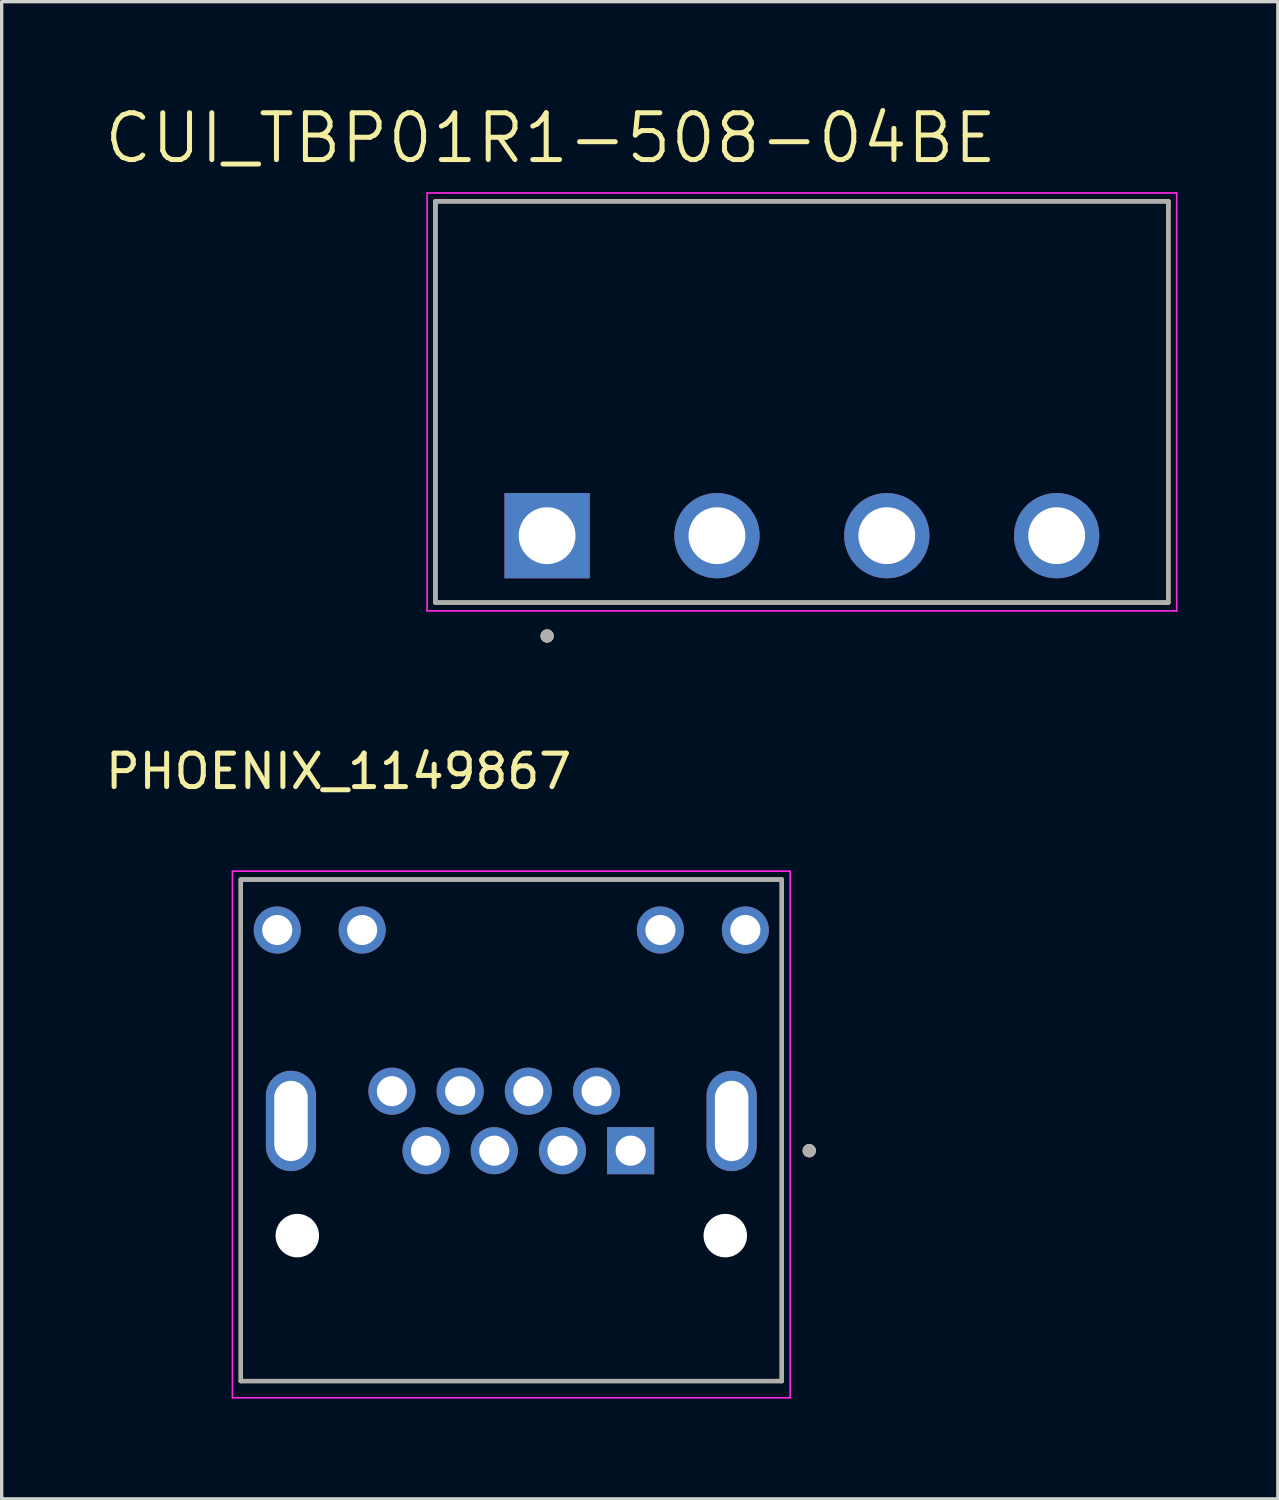
<source format=kicad_pcb>
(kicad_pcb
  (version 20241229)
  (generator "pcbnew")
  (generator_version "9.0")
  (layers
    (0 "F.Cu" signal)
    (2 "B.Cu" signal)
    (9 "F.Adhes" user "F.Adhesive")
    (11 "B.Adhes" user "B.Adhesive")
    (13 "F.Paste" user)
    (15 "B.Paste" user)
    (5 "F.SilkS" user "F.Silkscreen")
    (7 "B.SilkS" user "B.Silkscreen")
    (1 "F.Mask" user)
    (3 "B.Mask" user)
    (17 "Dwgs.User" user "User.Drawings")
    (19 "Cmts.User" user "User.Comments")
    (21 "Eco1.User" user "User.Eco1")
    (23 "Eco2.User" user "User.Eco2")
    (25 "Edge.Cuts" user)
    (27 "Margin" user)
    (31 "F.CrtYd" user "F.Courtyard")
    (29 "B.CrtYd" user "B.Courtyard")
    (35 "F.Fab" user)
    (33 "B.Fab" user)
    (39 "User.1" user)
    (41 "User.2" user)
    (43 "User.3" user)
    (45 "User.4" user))
  (footprint "PHOENIX_1149867"
    (layer "F.Cu")
    (at 4.152 38.255)
    (property "Reference" "PHOENIX_1149867" (at 2.925 -18.235 0) (layer "F.SilkS") (effects (font (size 1 1) (thickness 0.15))))
    (attr through_hole)
    (fp_line (start 0 -15) (end 16.18 -15) (stroke (width 0.127) (type solid)) (layer "F.SilkS"))
    (fp_line (start 0 0) (end 0 -15) (stroke (width 0.127) (type solid)) (layer "F.SilkS"))
    (fp_line (start 16.18 -15) (end 16.18 0) (stroke (width 0.127) (type solid)) (layer "F.SilkS"))
    (fp_line (start 16.18 0) (end 0 0) (stroke (width 0.127) (type solid)) (layer "F.SilkS"))
    (fp_circle (center 17 -6.89) (end 17.1 -6.89) (stroke (width 0.2) (type solid)) (fill no) (layer "F.SilkS"))
    (fp_line (start -0.25 -15.25) (end -0.25 0.5) (stroke (width 0.05) (type solid)) (layer "F.CrtYd"))
    (fp_line (start -0.25 0.5) (end 16.43 0.5) (stroke (width 0.05) (type solid)) (layer "F.CrtYd"))
    (fp_line (start 16.43 -15.25) (end -0.25 -15.25) (stroke (width 0.05) (type solid)) (layer "F.CrtYd"))
    (fp_line (start 16.43 0.5) (end 16.43 -15.25) (stroke (width 0.05) (type solid)) (layer "F.CrtYd"))
    (fp_line (start 0 -15) (end 16.18 -15) (stroke (width 0.127) (type solid)) (layer "F.Fab"))
    (fp_line (start 0 0) (end 0 -15) (stroke (width 0.127) (type solid)) (layer "F.Fab"))
    (fp_line (start 16.18 -15) (end 16.18 0) (stroke (width 0.127) (type solid)) (layer "F.Fab"))
    (fp_line (start 16.18 0) (end 0 0) (stroke (width 0.127) (type solid)) (layer "F.Fab"))
    (fp_circle (center 17 -6.89) (end 17.1 -6.89) (stroke (width 0.2) (type solid)) (fill no) (layer "F.Fab"))
    (pad "" np_thru_hole circle (at 1.69 -4.35) (size 1.3 1.3) (drill 1.3) (layers "*.Cu" "*.Mask"))
    (pad "" np_thru_hole circle (at 14.49 -4.35) (size 1.3 1.3) (drill 1.3) (layers "*.Cu" "*.Mask"))
    (pad "1" thru_hole rect (at 11.66 -6.89) (size 1.408 1.408) (drill 0.9) (layers "*.Cu" "*.Mask"))
    (pad "2" thru_hole circle (at 10.64 -8.67) (size 1.408 1.408) (drill 0.9) (layers "*.Cu" "*.Mask"))
    (pad "3" thru_hole circle (at 9.62 -6.89) (size 1.408 1.408) (drill 0.9) (layers "*.Cu" "*.Mask"))
    (pad "4" thru_hole circle (at 8.6 -8.67) (size 1.408 1.408) (drill 0.9) (layers "*.Cu" "*.Mask"))
    (pad "5" thru_hole circle (at 7.58 -6.89) (size 1.408 1.408) (drill 0.9) (layers "*.Cu" "*.Mask"))
    (pad "6" thru_hole circle (at 6.56 -8.67) (size 1.408 1.408) (drill 0.9) (layers "*.Cu" "*.Mask"))
    (pad "7" thru_hole circle (at 5.54 -6.89) (size 1.408 1.408) (drill 0.9) (layers "*.Cu" "*.Mask"))
    (pad "8" thru_hole circle (at 4.52 -8.67) (size 1.408 1.408) (drill 0.9) (layers "*.Cu" "*.Mask"))
    (pad "9" thru_hole circle (at 15.09 -13.49) (size 1.408 1.408) (drill 0.9) (layers "*.Cu" "*.Mask"))
    (pad "10" thru_hole circle (at 12.55 -13.49) (size 1.408 1.408) (drill 0.9) (layers "*.Cu" "*.Mask"))
    (pad "11" thru_hole circle (at 3.63 -13.49) (size 1.408 1.408) (drill 0.9) (layers "*.Cu" "*.Mask"))
    (pad "12" thru_hole circle (at 1.09 -13.49) (size 1.408 1.408) (drill 0.9) (layers "*.Cu" "*.Mask"))
    (pad "SH1" thru_hole oval (at 1.5 -7.78) (size 1.5 3) (drill oval 1 2.4) (layers "*.Cu" "*.Mask"))
    (pad "SH2" thru_hole oval (at 14.68 -7.78) (size 1.5 3) (drill oval 1 2.4) (layers "*.Cu" "*.Mask")))
  (footprint "CUI_TBP01R1-508-04BE"
    (layer "F.Cu")
    (at 13.313 12.971)
    (property "Reference" "CUI_TBP01R1-508-04BE" (at 0.105 -11.889 0) (layer "F.SilkS") (effects (font (size 1.4 1.4) (thickness 0.15))))
    (attr through_hole)
    (fp_line (start -3.34 -10) (end 18.58 -10) (stroke (width 0.127) (type solid)) (layer "F.SilkS"))
    (fp_line (start -3.34 2) (end -3.34 -10) (stroke (width 0.127) (type solid)) (layer "F.SilkS"))
    (fp_line (start 18.58 -10) (end 18.58 2) (stroke (width 0.127) (type solid)) (layer "F.SilkS"))
    (fp_line (start 18.58 2) (end -3.34 2) (stroke (width 0.127) (type solid)) (layer "F.SilkS"))
    (fp_circle (center 0 3) (end 0.1 3) (stroke (width 0.2) (type solid)) (fill no) (layer "F.SilkS"))
    (fp_line (start -3.59 -10.25) (end 18.83 -10.25) (stroke (width 0.05) (type solid)) (layer "F.CrtYd"))
    (fp_line (start -3.59 2.25) (end -3.59 -10.25) (stroke (width 0.05) (type solid)) (layer "F.CrtYd"))
    (fp_line (start 18.83 -10.25) (end 18.83 2.25) (stroke (width 0.05) (type solid)) (layer "F.CrtYd"))
    (fp_line (start 18.83 2.25) (end -3.59 2.25) (stroke (width 0.05) (type solid)) (layer "F.CrtYd"))
    (fp_line (start -3.34 -10) (end 18.58 -10) (stroke (width 0.127) (type solid)) (layer "F.Fab"))
    (fp_line (start -3.34 2) (end -3.34 -10) (stroke (width 0.127) (type solid)) (layer "F.Fab"))
    (fp_line (start 18.58 -10) (end 18.58 2) (stroke (width 0.127) (type solid)) (layer "F.Fab"))
    (fp_line (start 18.58 2) (end -3.34 2) (stroke (width 0.127) (type solid)) (layer "F.Fab"))
    (fp_circle (center 0 3) (end 0.1 3) (stroke (width 0.2) (type solid)) (fill no) (layer "F.Fab"))
    (pad "1" thru_hole rect (at 0 0) (size 2.55 2.55) (drill 1.7) (layers "*.Cu" "*.Mask"))
    (pad "2" thru_hole circle (at 5.08 0) (size 2.55 2.55) (drill 1.7) (layers "*.Cu" "*.Mask"))
    (pad "3" thru_hole circle (at 10.16 0) (size 2.55 2.55) (drill 1.7) (layers "*.Cu" "*.Mask"))
    (pad "4" thru_hole circle (at 15.24 0) (size 2.55 2.55) (drill 1.7) (layers "*.Cu" "*.Mask")))
  (gr_rect
    (start -3 -3)
    (end 35.168 41.779)
    (stroke (width 0.1) (type default))
    (fill no)
    (layer "Edge.Cuts")))
</source>
